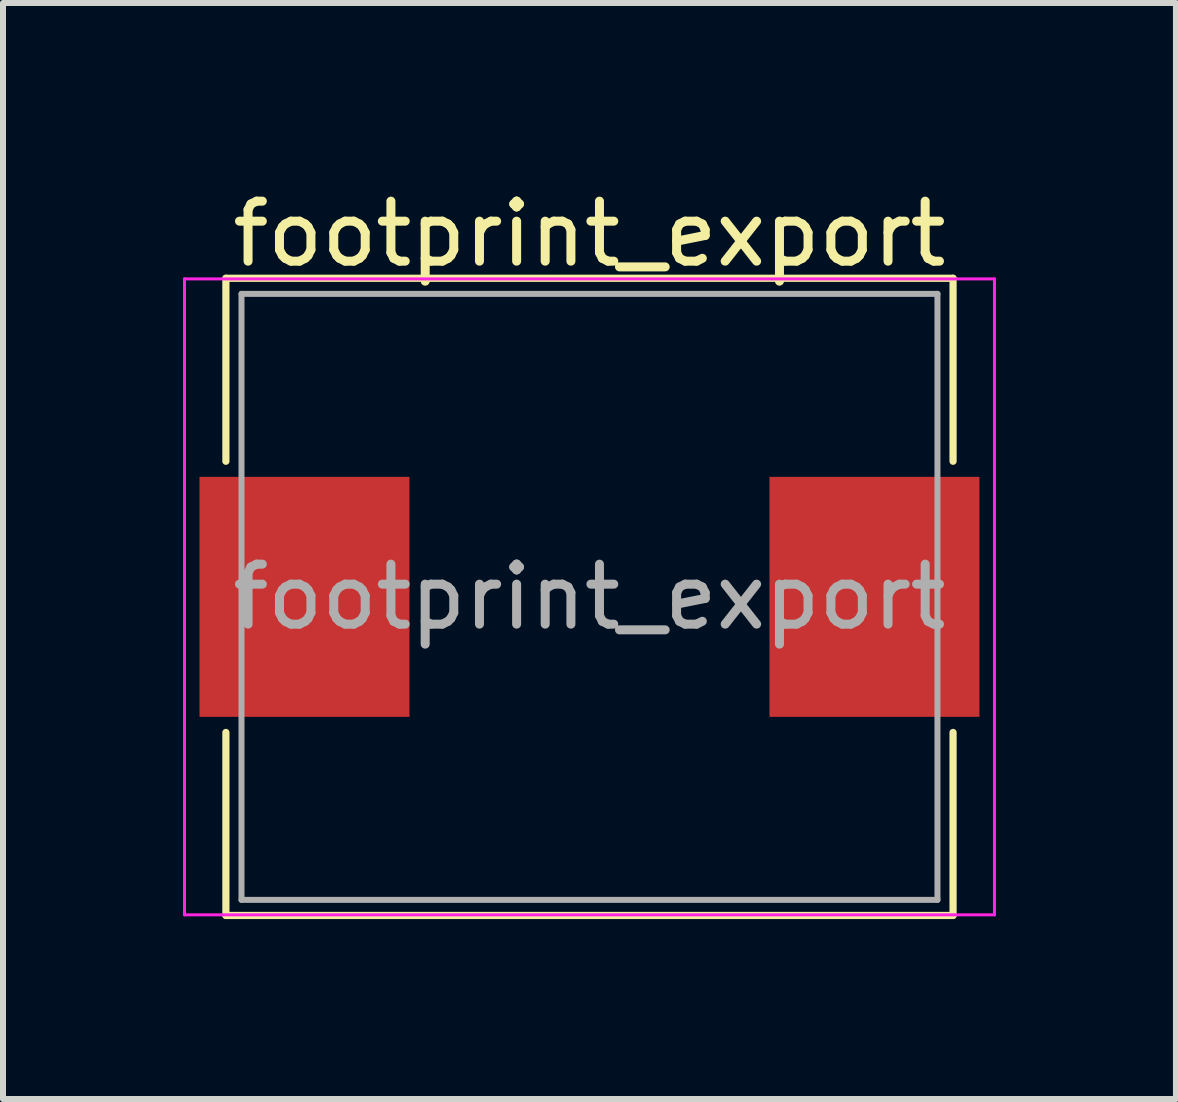
<source format=kicad_pcb>
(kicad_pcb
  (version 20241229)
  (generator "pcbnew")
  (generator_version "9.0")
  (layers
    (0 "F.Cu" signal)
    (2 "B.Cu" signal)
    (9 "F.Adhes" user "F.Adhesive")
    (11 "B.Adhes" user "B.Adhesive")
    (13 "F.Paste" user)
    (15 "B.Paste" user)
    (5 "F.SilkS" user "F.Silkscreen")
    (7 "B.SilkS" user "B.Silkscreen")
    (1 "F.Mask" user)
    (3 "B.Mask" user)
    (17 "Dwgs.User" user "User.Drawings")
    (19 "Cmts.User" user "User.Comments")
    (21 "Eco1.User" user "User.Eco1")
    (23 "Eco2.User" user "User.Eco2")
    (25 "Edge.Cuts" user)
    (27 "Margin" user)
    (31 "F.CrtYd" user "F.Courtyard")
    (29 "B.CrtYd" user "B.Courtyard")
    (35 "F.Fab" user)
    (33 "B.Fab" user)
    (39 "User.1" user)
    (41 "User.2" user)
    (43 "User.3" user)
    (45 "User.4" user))
  (footprint "footprint_export"
    (layer "F.Cu")
    (at 6.775 6.898)
    (property "Reference" "footprint_export" (at 0 -6.05 0) (layer "F.SilkS") (effects (font (size 1 1) (thickness 0.15))))
    (attr smd)
    (fp_line (start -6.06 -5.31) (end -6.06 -2.26) (stroke (width 0.12) (type solid)) (layer "F.SilkS"))
    (fp_line (start -6.06 -5.31) (end 6.06 -5.31) (stroke (width 0.12) (type solid)) (layer "F.SilkS"))
    (fp_line (start -6.06 5.31) (end -6.06 2.26) (stroke (width 0.12) (type solid)) (layer "F.SilkS"))
    (fp_line (start -6.06 5.31) (end 6.06 5.31) (stroke (width 0.12) (type solid)) (layer "F.SilkS"))
    (fp_line (start 6.06 -5.31) (end 6.06 -2.26) (stroke (width 0.12) (type solid)) (layer "F.SilkS"))
    (fp_line (start 6.06 5.31) (end 6.06 2.26) (stroke (width 0.12) (type solid)) (layer "F.SilkS"))
    (fp_line (start -6.75 -5.3) (end -6.75 5.3) (stroke (width 0.05) (type solid)) (layer "F.CrtYd"))
    (fp_line (start -6.75 5.3) (end 6.75 5.3) (stroke (width 0.05) (type solid)) (layer "F.CrtYd"))
    (fp_line (start 6.75 -5.3) (end -6.75 -5.3) (stroke (width 0.05) (type solid)) (layer "F.CrtYd"))
    (fp_line (start 6.75 5.3) (end 6.75 -5.3) (stroke (width 0.05) (type solid)) (layer "F.CrtYd"))
    (fp_line (start -5.8 -5.05) (end -5.8 5.05) (stroke (width 0.1) (type solid)) (layer "F.Fab"))
    (fp_line (start -5.8 5.05) (end 5.8 5.05) (stroke (width 0.1) (type solid)) (layer "F.Fab"))
    (fp_line (start 5.8 -5.05) (end -5.8 -5.05) (stroke (width 0.1) (type solid)) (layer "F.Fab"))
    (fp_line (start 5.8 5.05) (end 5.8 -5.05) (stroke (width 0.1) (type solid)) (layer "F.Fab"))
    (fp_text user "${REFERENCE}" (at 0 0 0) (layer "F.Fab") (effects (font (size 1 1) (thickness 0.15))))
    (pad "1" smd rect (at -4.75 0) (size 3.5 4) (layers "F.Cu" "F.Mask" "F.Paste"))
    (pad "2" smd rect (at 4.75 0) (size 3.5 4) (layers "F.Cu" "F.Mask" "F.Paste")))
  (gr_rect
    (start -3 -3)
    (end 16.55 15.268)
    (stroke (width 0.1) (type default))
    (fill no)
    (layer "Edge.Cuts")))
</source>
